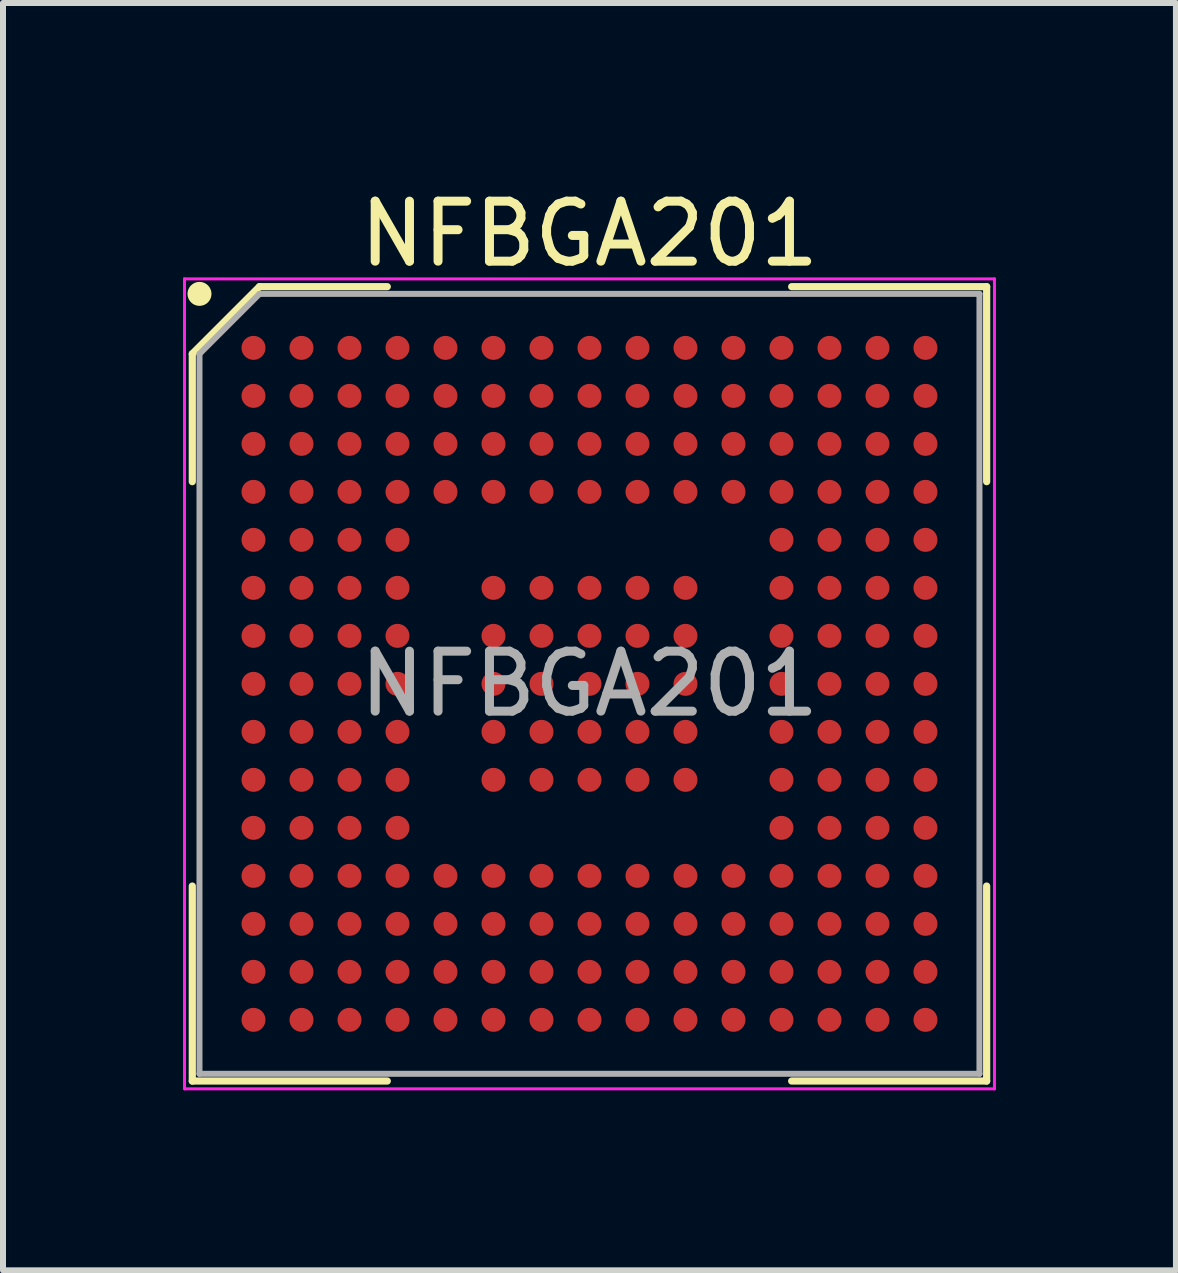
<source format=kicad_pcb>
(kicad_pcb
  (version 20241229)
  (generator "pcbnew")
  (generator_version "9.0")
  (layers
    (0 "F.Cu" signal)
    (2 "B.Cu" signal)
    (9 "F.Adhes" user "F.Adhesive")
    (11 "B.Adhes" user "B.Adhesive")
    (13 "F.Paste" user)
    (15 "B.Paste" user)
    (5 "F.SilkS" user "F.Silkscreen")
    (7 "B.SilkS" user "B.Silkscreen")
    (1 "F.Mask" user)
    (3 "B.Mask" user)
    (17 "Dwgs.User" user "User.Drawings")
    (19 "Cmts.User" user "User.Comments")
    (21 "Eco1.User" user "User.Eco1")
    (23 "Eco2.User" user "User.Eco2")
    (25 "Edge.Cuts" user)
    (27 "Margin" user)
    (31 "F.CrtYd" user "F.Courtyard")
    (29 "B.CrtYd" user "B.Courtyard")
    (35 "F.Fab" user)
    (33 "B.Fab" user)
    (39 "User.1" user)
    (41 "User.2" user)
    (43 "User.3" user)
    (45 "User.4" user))
  (footprint "NFBGA201"
    (layer "F.Cu")
    (at 6.775 8.348)
    (property "Reference" "NFBGA201" (at 0 -7.5 0) (layer "F.SilkS") (effects (font (size 1 1) (thickness 0.15))))
    (attr smd)
    (fp_line (start -6.62 -5.5) (end -6.62 -3.37) (stroke (width 0.12) (type default)) (layer "F.SilkS"))
    (fp_line (start -6.62 6.62) (end -6.62 3.37) (stroke (width 0.12) (type default)) (layer "F.SilkS"))
    (fp_line (start -5.5 -6.62) (end -6.62 -5.5) (stroke (width 0.12) (type default)) (layer "F.SilkS"))
    (fp_line (start -3.37 -6.62) (end -5.5 -6.62) (stroke (width 0.12) (type default)) (layer "F.SilkS"))
    (fp_line (start -3.37 6.62) (end -6.62 6.62) (stroke (width 0.12) (type default)) (layer "F.SilkS"))
    (fp_line (start 3.37 -6.62) (end 6.62 -6.62) (stroke (width 0.12) (type default)) (layer "F.SilkS"))
    (fp_line (start 3.37 6.62) (end 6.62 6.62) (stroke (width 0.12) (type default)) (layer "F.SilkS"))
    (fp_line (start 6.62 -6.62) (end 6.62 -3.37) (stroke (width 0.12) (type default)) (layer "F.SilkS"))
    (fp_line (start 6.62 6.62) (end 6.62 3.37) (stroke (width 0.12) (type default)) (layer "F.SilkS"))
    (fp_circle (center -6.5 -6.5) (end -6.5 -6.4) (stroke (width 0.2) (type default)) (fill no) (layer "F.SilkS"))
    (fp_line (start -6.75 -6.75) (end 6.75 -6.75) (stroke (width 0.05) (type default)) (layer "F.CrtYd"))
    (fp_line (start -6.75 6.75) (end -6.75 -6.75) (stroke (width 0.05) (type default)) (layer "F.CrtYd"))
    (fp_line (start 6.75 -6.75) (end 6.75 6.75) (stroke (width 0.05) (type default)) (layer "F.CrtYd"))
    (fp_line (start 6.75 6.75) (end -6.75 6.75) (stroke (width 0.05) (type default)) (layer "F.CrtYd"))
    (fp_line (start -6.5 -5.5) (end -6.5 6.5) (stroke (width 0.1) (type default)) (layer "F.Fab"))
    (fp_line (start -6.5 6.5) (end 6.5 6.5) (stroke (width 0.1) (type default)) (layer "F.Fab"))
    (fp_line (start -5.5 -6.5) (end -6.5 -5.5) (stroke (width 0.1) (type default)) (layer "F.Fab"))
    (fp_line (start 6.5 -6.5) (end -5.5 -6.5) (stroke (width 0.1) (type default)) (layer "F.Fab"))
    (fp_line (start 6.5 6.5) (end 6.5 -6.5) (stroke (width 0.1) (type default)) (layer "F.Fab"))
    (fp_text user "${REFERENCE}" (at 0 0 0) (layer "F.Fab") (effects (font (size 1 1) (thickness 0.15))))
    (pad "A1" smd circle (at -5.6 -5.6) (size 0.4 0.4) (layers "F.Cu" "F.Mask" "F.Paste"))
    (pad "A2" smd circle (at -4.8 -5.6) (size 0.4 0.4) (layers "F.Cu" "F.Mask" "F.Paste"))
    (pad "A3" smd circle (at -4 -5.6) (size 0.4 0.4) (layers "F.Cu" "F.Mask" "F.Paste"))
    (pad "A4" smd circle (at -3.2 -5.6) (size 0.4 0.4) (layers "F.Cu" "F.Mask" "F.Paste"))
    (pad "A5" smd circle (at -2.4 -5.6) (size 0.4 0.4) (layers "F.Cu" "F.Mask" "F.Paste"))
    (pad "A6" smd circle (at -1.6 -5.6) (size 0.4 0.4) (layers "F.Cu" "F.Mask" "F.Paste"))
    (pad "A7" smd circle (at -0.8 -5.6) (size 0.4 0.4) (layers "F.Cu" "F.Mask" "F.Paste"))
    (pad "A8" smd circle (at 0 -5.6) (size 0.4 0.4) (layers "F.Cu" "F.Mask" "F.Paste"))
    (pad "A9" smd circle (at 0.8 -5.6) (size 0.4 0.4) (layers "F.Cu" "F.Mask" "F.Paste"))
    (pad "A10" smd circle (at 1.6 -5.6) (size 0.4 0.4) (layers "F.Cu" "F.Mask" "F.Paste"))
    (pad "A11" smd circle (at 2.4 -5.6) (size 0.4 0.4) (layers "F.Cu" "F.Mask" "F.Paste"))
    (pad "A12" smd circle (at 3.2 -5.6) (size 0.4 0.4) (layers "F.Cu" "F.Mask" "F.Paste"))
    (pad "A13" smd circle (at 4 -5.6) (size 0.4 0.4) (layers "F.Cu" "F.Mask" "F.Paste"))
    (pad "A14" smd circle (at 4.8 -5.6) (size 0.4 0.4) (layers "F.Cu" "F.Mask" "F.Paste"))
    (pad "A15" smd circle (at 5.6 -5.6) (size 0.4 0.4) (layers "F.Cu" "F.Mask" "F.Paste"))
    (pad "B1" smd circle (at -5.6 -4.8) (size 0.4 0.4) (layers "F.Cu" "F.Mask" "F.Paste"))
    (pad "B2" smd circle (at -4.8 -4.8) (size 0.4 0.4) (layers "F.Cu" "F.Mask" "F.Paste"))
    (pad "B3" smd circle (at -4 -4.8) (size 0.4 0.4) (layers "F.Cu" "F.Mask" "F.Paste"))
    (pad "B4" smd circle (at -3.2 -4.8) (size 0.4 0.4) (layers "F.Cu" "F.Mask" "F.Paste"))
    (pad "B5" smd circle (at -2.4 -4.8) (size 0.4 0.4) (layers "F.Cu" "F.Mask" "F.Paste"))
    (pad "B6" smd circle (at -1.6 -4.8) (size 0.4 0.4) (layers "F.Cu" "F.Mask" "F.Paste"))
    (pad "B7" smd circle (at -0.8 -4.8) (size 0.4 0.4) (layers "F.Cu" "F.Mask" "F.Paste"))
    (pad "B8" smd circle (at 0 -4.8) (size 0.4 0.4) (layers "F.Cu" "F.Mask" "F.Paste"))
    (pad "B9" smd circle (at 0.8 -4.8) (size 0.4 0.4) (layers "F.Cu" "F.Mask" "F.Paste"))
    (pad "B10" smd circle (at 1.6 -4.8) (size 0.4 0.4) (layers "F.Cu" "F.Mask" "F.Paste"))
    (pad "B11" smd circle (at 2.4 -4.8) (size 0.4 0.4) (layers "F.Cu" "F.Mask" "F.Paste"))
    (pad "B12" smd circle (at 3.2 -4.8) (size 0.4 0.4) (layers "F.Cu" "F.Mask" "F.Paste"))
    (pad "B13" smd circle (at 4 -4.8) (size 0.4 0.4) (layers "F.Cu" "F.Mask" "F.Paste"))
    (pad "B14" smd circle (at 4.8 -4.8) (size 0.4 0.4) (layers "F.Cu" "F.Mask" "F.Paste"))
    (pad "B15" smd circle (at 5.6 -4.8) (size 0.4 0.4) (layers "F.Cu" "F.Mask" "F.Paste"))
    (pad "C1" smd circle (at -5.6 -4) (size 0.4 0.4) (layers "F.Cu" "F.Mask" "F.Paste"))
    (pad "C2" smd circle (at -4.8 -4) (size 0.4 0.4) (layers "F.Cu" "F.Mask" "F.Paste"))
    (pad "C3" smd circle (at -4 -4) (size 0.4 0.4) (layers "F.Cu" "F.Mask" "F.Paste"))
    (pad "C4" smd circle (at -3.2 -4) (size 0.4 0.4) (layers "F.Cu" "F.Mask" "F.Paste"))
    (pad "C5" smd circle (at -2.4 -4) (size 0.4 0.4) (layers "F.Cu" "F.Mask" "F.Paste"))
    (pad "C6" smd circle (at -1.6 -4) (size 0.4 0.4) (layers "F.Cu" "F.Mask" "F.Paste"))
    (pad "C7" smd circle (at -0.8 -4) (size 0.4 0.4) (layers "F.Cu" "F.Mask" "F.Paste"))
    (pad "C8" smd circle (at 0 -4) (size 0.4 0.4) (layers "F.Cu" "F.Mask" "F.Paste"))
    (pad "C9" smd circle (at 0.8 -4) (size 0.4 0.4) (layers "F.Cu" "F.Mask" "F.Paste"))
    (pad "C10" smd circle (at 1.6 -4) (size 0.4 0.4) (layers "F.Cu" "F.Mask" "F.Paste"))
    (pad "C11" smd circle (at 2.4 -4) (size 0.4 0.4) (layers "F.Cu" "F.Mask" "F.Paste"))
    (pad "C12" smd circle (at 3.2 -4) (size 0.4 0.4) (layers "F.Cu" "F.Mask" "F.Paste"))
    (pad "C13" smd circle (at 4 -4) (size 0.4 0.4) (layers "F.Cu" "F.Mask" "F.Paste"))
    (pad "C14" smd circle (at 4.8 -4) (size 0.4 0.4) (layers "F.Cu" "F.Mask" "F.Paste"))
    (pad "C15" smd circle (at 5.6 -4) (size 0.4 0.4) (layers "F.Cu" "F.Mask" "F.Paste"))
    (pad "D1" smd circle (at -5.6 -3.2) (size 0.4 0.4) (layers "F.Cu" "F.Mask" "F.Paste"))
    (pad "D2" smd circle (at -4.8 -3.2) (size 0.4 0.4) (layers "F.Cu" "F.Mask" "F.Paste"))
    (pad "D3" smd circle (at -4 -3.2) (size 0.4 0.4) (layers "F.Cu" "F.Mask" "F.Paste"))
    (pad "D4" smd circle (at -3.2 -3.2) (size 0.4 0.4) (layers "F.Cu" "F.Mask" "F.Paste"))
    (pad "D5" smd circle (at -2.4 -3.2) (size 0.4 0.4) (layers "F.Cu" "F.Mask" "F.Paste"))
    (pad "D6" smd circle (at -1.6 -3.2) (size 0.4 0.4) (layers "F.Cu" "F.Mask" "F.Paste"))
    (pad "D7" smd circle (at -0.8 -3.2) (size 0.4 0.4) (layers "F.Cu" "F.Mask" "F.Paste"))
    (pad "D8" smd circle (at 0 -3.2) (size 0.4 0.4) (layers "F.Cu" "F.Mask" "F.Paste"))
    (pad "D9" smd circle (at 0.8 -3.2) (size 0.4 0.4) (layers "F.Cu" "F.Mask" "F.Paste"))
    (pad "D10" smd circle (at 1.6 -3.2) (size 0.4 0.4) (layers "F.Cu" "F.Mask" "F.Paste"))
    (pad "D11" smd circle (at 2.4 -3.2) (size 0.4 0.4) (layers "F.Cu" "F.Mask" "F.Paste"))
    (pad "D12" smd circle (at 3.2 -3.2) (size 0.4 0.4) (layers "F.Cu" "F.Mask" "F.Paste"))
    (pad "D13" smd circle (at 4 -3.2) (size 0.4 0.4) (layers "F.Cu" "F.Mask" "F.Paste"))
    (pad "D14" smd circle (at 4.8 -3.2) (size 0.4 0.4) (layers "F.Cu" "F.Mask" "F.Paste"))
    (pad "D15" smd circle (at 5.6 -3.2) (size 0.4 0.4) (layers "F.Cu" "F.Mask" "F.Paste"))
    (pad "E1" smd circle (at -5.6 -2.4) (size 0.4 0.4) (layers "F.Cu" "F.Mask" "F.Paste"))
    (pad "E2" smd circle (at -4.8 -2.4) (size 0.4 0.4) (layers "F.Cu" "F.Mask" "F.Paste"))
    (pad "E3" smd circle (at -4 -2.4) (size 0.4 0.4) (layers "F.Cu" "F.Mask" "F.Paste"))
    (pad "E4" smd circle (at -3.2 -2.4) (size 0.4 0.4) (layers "F.Cu" "F.Mask" "F.Paste"))
    (pad "E12" smd circle (at 3.2 -2.4) (size 0.4 0.4) (layers "F.Cu" "F.Mask" "F.Paste"))
    (pad "E13" smd circle (at 4 -2.4) (size 0.4 0.4) (layers "F.Cu" "F.Mask" "F.Paste"))
    (pad "E14" smd circle (at 4.8 -2.4) (size 0.4 0.4) (layers "F.Cu" "F.Mask" "F.Paste"))
    (pad "E15" smd circle (at 5.6 -2.4) (size 0.4 0.4) (layers "F.Cu" "F.Mask" "F.Paste"))
    (pad "F1" smd circle (at -5.6 -1.6) (size 0.4 0.4) (layers "F.Cu" "F.Mask" "F.Paste"))
    (pad "F2" smd circle (at -4.8 -1.6) (size 0.4 0.4) (layers "F.Cu" "F.Mask" "F.Paste"))
    (pad "F3" smd circle (at -4 -1.6) (size 0.4 0.4) (layers "F.Cu" "F.Mask" "F.Paste"))
    (pad "F4" smd circle (at -3.2 -1.6) (size 0.4 0.4) (layers "F.Cu" "F.Mask" "F.Paste"))
    (pad "F6" smd circle (at -1.6 -1.6) (size 0.4 0.4) (layers "F.Cu" "F.Mask" "F.Paste"))
    (pad "F7" smd circle (at -0.8 -1.6) (size 0.4 0.4) (layers "F.Cu" "F.Mask" "F.Paste"))
    (pad "F8" smd circle (at 0 -1.6) (size 0.4 0.4) (layers "F.Cu" "F.Mask" "F.Paste"))
    (pad "F9" smd circle (at 0.8 -1.6) (size 0.4 0.4) (layers "F.Cu" "F.Mask" "F.Paste"))
    (pad "F10" smd circle (at 1.6 -1.6) (size 0.4 0.4) (layers "F.Cu" "F.Mask" "F.Paste"))
    (pad "F12" smd circle (at 3.2 -1.6) (size 0.4 0.4) (layers "F.Cu" "F.Mask" "F.Paste"))
    (pad "F13" smd circle (at 4 -1.6) (size 0.4 0.4) (layers "F.Cu" "F.Mask" "F.Paste"))
    (pad "F14" smd circle (at 4.8 -1.6) (size 0.4 0.4) (layers "F.Cu" "F.Mask" "F.Paste"))
    (pad "F15" smd circle (at 5.6 -1.6) (size 0.4 0.4) (layers "F.Cu" "F.Mask" "F.Paste"))
    (pad "G1" smd circle (at -5.6 -0.8) (size 0.4 0.4) (layers "F.Cu" "F.Mask" "F.Paste"))
    (pad "G2" smd circle (at -4.8 -0.8) (size 0.4 0.4) (layers "F.Cu" "F.Mask" "F.Paste"))
    (pad "G3" smd circle (at -4 -0.8) (size 0.4 0.4) (layers "F.Cu" "F.Mask" "F.Paste"))
    (pad "G4" smd circle (at -3.2 -0.8) (size 0.4 0.4) (layers "F.Cu" "F.Mask" "F.Paste"))
    (pad "G6" smd circle (at -1.6 -0.8) (size 0.4 0.4) (layers "F.Cu" "F.Mask" "F.Paste"))
    (pad "G7" smd circle (at -0.8 -0.8) (size 0.4 0.4) (layers "F.Cu" "F.Mask" "F.Paste"))
    (pad "G8" smd circle (at 0 -0.8) (size 0.4 0.4) (layers "F.Cu" "F.Mask" "F.Paste"))
    (pad "G9" smd circle (at 0.8 -0.8) (size 0.4 0.4) (layers "F.Cu" "F.Mask" "F.Paste"))
    (pad "G10" smd circle (at 1.6 -0.8) (size 0.4 0.4) (layers "F.Cu" "F.Mask" "F.Paste"))
    (pad "G12" smd circle (at 3.2 -0.8) (size 0.4 0.4) (layers "F.Cu" "F.Mask" "F.Paste"))
    (pad "G13" smd circle (at 4 -0.8) (size 0.4 0.4) (layers "F.Cu" "F.Mask" "F.Paste"))
    (pad "G14" smd circle (at 4.8 -0.8) (size 0.4 0.4) (layers "F.Cu" "F.Mask" "F.Paste"))
    (pad "G15" smd circle (at 5.6 -0.8) (size 0.4 0.4) (layers "F.Cu" "F.Mask" "F.Paste"))
    (pad "H1" smd circle (at -5.6 0) (size 0.4 0.4) (layers "F.Cu" "F.Mask" "F.Paste"))
    (pad "H2" smd circle (at -4.8 0) (size 0.4 0.4) (layers "F.Cu" "F.Mask" "F.Paste"))
    (pad "H3" smd circle (at -4 0) (size 0.4 0.4) (layers "F.Cu" "F.Mask" "F.Paste"))
    (pad "H4" smd circle (at -3.2 0) (size 0.4 0.4) (layers "F.Cu" "F.Mask" "F.Paste"))
    (pad "H6" smd circle (at -1.6 0) (size 0.4 0.4) (layers "F.Cu" "F.Mask" "F.Paste"))
    (pad "H7" smd circle (at -0.8 0) (size 0.4 0.4) (layers "F.Cu" "F.Mask" "F.Paste"))
    (pad "H8" smd circle (at 0 0) (size 0.4 0.4) (layers "F.Cu" "F.Mask" "F.Paste"))
    (pad "H9" smd circle (at 0.8 0) (size 0.4 0.4) (layers "F.Cu" "F.Mask" "F.Paste"))
    (pad "H10" smd circle (at 1.6 0) (size 0.4 0.4) (layers "F.Cu" "F.Mask" "F.Paste"))
    (pad "H12" smd circle (at 3.2 0) (size 0.4 0.4) (layers "F.Cu" "F.Mask" "F.Paste"))
    (pad "H13" smd circle (at 4 0) (size 0.4 0.4) (layers "F.Cu" "F.Mask" "F.Paste"))
    (pad "H14" smd circle (at 4.8 0) (size 0.4 0.4) (layers "F.Cu" "F.Mask" "F.Paste"))
    (pad "H15" smd circle (at 5.6 0) (size 0.4 0.4) (layers "F.Cu" "F.Mask" "F.Paste"))
    (pad "J1" smd circle (at -5.6 0.8) (size 0.4 0.4) (layers "F.Cu" "F.Mask" "F.Paste"))
    (pad "J2" smd circle (at -4.8 0.8) (size 0.4 0.4) (layers "F.Cu" "F.Mask" "F.Paste"))
    (pad "J3" smd circle (at -4 0.8) (size 0.4 0.4) (layers "F.Cu" "F.Mask" "F.Paste"))
    (pad "J4" smd circle (at -3.2 0.8) (size 0.4 0.4) (layers "F.Cu" "F.Mask" "F.Paste"))
    (pad "J6" smd circle (at -1.6 0.8) (size 0.4 0.4) (layers "F.Cu" "F.Mask" "F.Paste"))
    (pad "J7" smd circle (at -0.8 0.8) (size 0.4 0.4) (layers "F.Cu" "F.Mask" "F.Paste"))
    (pad "J8" smd circle (at 0 0.8) (size 0.4 0.4) (layers "F.Cu" "F.Mask" "F.Paste"))
    (pad "J9" smd circle (at 0.8 0.8) (size 0.4 0.4) (layers "F.Cu" "F.Mask" "F.Paste"))
    (pad "J10" smd circle (at 1.6 0.8) (size 0.4 0.4) (layers "F.Cu" "F.Mask" "F.Paste"))
    (pad "J12" smd circle (at 3.2 0.8) (size 0.4 0.4) (layers "F.Cu" "F.Mask" "F.Paste"))
    (pad "J13" smd circle (at 4 0.8) (size 0.4 0.4) (layers "F.Cu" "F.Mask" "F.Paste"))
    (pad "J14" smd circle (at 4.8 0.8) (size 0.4 0.4) (layers "F.Cu" "F.Mask" "F.Paste"))
    (pad "J15" smd circle (at 5.6 0.8) (size 0.4 0.4) (layers "F.Cu" "F.Mask" "F.Paste"))
    (pad "K1" smd circle (at -5.6 1.6) (size 0.4 0.4) (layers "F.Cu" "F.Mask" "F.Paste"))
    (pad "K2" smd circle (at -4.8 1.6) (size 0.4 0.4) (layers "F.Cu" "F.Mask" "F.Paste"))
    (pad "K3" smd circle (at -4 1.6) (size 0.4 0.4) (layers "F.Cu" "F.Mask" "F.Paste"))
    (pad "K4" smd circle (at -3.2 1.6) (size 0.4 0.4) (layers "F.Cu" "F.Mask" "F.Paste"))
    (pad "K6" smd circle (at -1.6 1.6) (size 0.4 0.4) (layers "F.Cu" "F.Mask" "F.Paste"))
    (pad "K7" smd circle (at -0.8 1.6) (size 0.4 0.4) (layers "F.Cu" "F.Mask" "F.Paste"))
    (pad "K8" smd circle (at 0 1.6) (size 0.4 0.4) (layers "F.Cu" "F.Mask" "F.Paste"))
    (pad "K9" smd circle (at 0.8 1.6) (size 0.4 0.4) (layers "F.Cu" "F.Mask" "F.Paste"))
    (pad "K10" smd circle (at 1.6 1.6) (size 0.4 0.4) (layers "F.Cu" "F.Mask" "F.Paste"))
    (pad "K12" smd circle (at 3.2 1.6) (size 0.4 0.4) (layers "F.Cu" "F.Mask" "F.Paste"))
    (pad "K13" smd circle (at 4 1.6) (size 0.4 0.4) (layers "F.Cu" "F.Mask" "F.Paste"))
    (pad "K14" smd circle (at 4.8 1.6) (size 0.4 0.4) (layers "F.Cu" "F.Mask" "F.Paste"))
    (pad "K15" smd circle (at 5.6 1.6) (size 0.4 0.4) (layers "F.Cu" "F.Mask" "F.Paste"))
    (pad "L1" smd circle (at -5.6 2.4) (size 0.4 0.4) (layers "F.Cu" "F.Mask" "F.Paste"))
    (pad "L2" smd circle (at -4.8 2.4) (size 0.4 0.4) (layers "F.Cu" "F.Mask" "F.Paste"))
    (pad "L3" smd circle (at -4 2.4) (size 0.4 0.4) (layers "F.Cu" "F.Mask" "F.Paste"))
    (pad "L4" smd circle (at -3.2 2.4) (size 0.4 0.4) (layers "F.Cu" "F.Mask" "F.Paste"))
    (pad "L12" smd circle (at 3.2 2.4) (size 0.4 0.4) (layers "F.Cu" "F.Mask" "F.Paste"))
    (pad "L13" smd circle (at 4 2.4) (size 0.4 0.4) (layers "F.Cu" "F.Mask" "F.Paste"))
    (pad "L14" smd circle (at 4.8 2.4) (size 0.4 0.4) (layers "F.Cu" "F.Mask" "F.Paste"))
    (pad "L15" smd circle (at 5.6 2.4) (size 0.4 0.4) (layers "F.Cu" "F.Mask" "F.Paste"))
    (pad "M1" smd circle (at -5.6 3.2) (size 0.4 0.4) (layers "F.Cu" "F.Mask" "F.Paste"))
    (pad "M2" smd circle (at -4.8 3.2) (size 0.4 0.4) (layers "F.Cu" "F.Mask" "F.Paste"))
    (pad "M3" smd circle (at -4 3.2) (size 0.4 0.4) (layers "F.Cu" "F.Mask" "F.Paste"))
    (pad "M4" smd circle (at -3.2 3.2) (size 0.4 0.4) (layers "F.Cu" "F.Mask" "F.Paste"))
    (pad "M5" smd circle (at -2.4 3.2) (size 0.4 0.4) (layers "F.Cu" "F.Mask" "F.Paste"))
    (pad "M6" smd circle (at -1.6 3.2) (size 0.4 0.4) (layers "F.Cu" "F.Mask" "F.Paste"))
    (pad "M7" smd circle (at -0.8 3.2) (size 0.4 0.4) (layers "F.Cu" "F.Mask" "F.Paste"))
    (pad "M8" smd circle (at 0 3.2) (size 0.4 0.4) (layers "F.Cu" "F.Mask" "F.Paste"))
    (pad "M9" smd circle (at 0.8 3.2) (size 0.4 0.4) (layers "F.Cu" "F.Mask" "F.Paste"))
    (pad "M10" smd circle (at 1.6 3.2) (size 0.4 0.4) (layers "F.Cu" "F.Mask" "F.Paste"))
    (pad "M11" smd circle (at 2.4 3.2) (size 0.4 0.4) (layers "F.Cu" "F.Mask" "F.Paste"))
    (pad "M12" smd circle (at 3.2 3.2) (size 0.4 0.4) (layers "F.Cu" "F.Mask" "F.Paste"))
    (pad "M13" smd circle (at 4 3.2) (size 0.4 0.4) (layers "F.Cu" "F.Mask" "F.Paste"))
    (pad "M14" smd circle (at 4.8 3.2) (size 0.4 0.4) (layers "F.Cu" "F.Mask" "F.Paste"))
    (pad "M15" smd circle (at 5.6 3.2) (size 0.4 0.4) (layers "F.Cu" "F.Mask" "F.Paste"))
    (pad "N1" smd circle (at -5.6 4) (size 0.4 0.4) (layers "F.Cu" "F.Mask" "F.Paste"))
    (pad "N2" smd circle (at -4.8 4) (size 0.4 0.4) (layers "F.Cu" "F.Mask" "F.Paste"))
    (pad "N3" smd circle (at -4 4) (size 0.4 0.4) (layers "F.Cu" "F.Mask" "F.Paste"))
    (pad "N4" smd circle (at -3.2 4) (size 0.4 0.4) (layers "F.Cu" "F.Mask" "F.Paste"))
    (pad "N5" smd circle (at -2.4 4) (size 0.4 0.4) (layers "F.Cu" "F.Mask" "F.Paste"))
    (pad "N6" smd circle (at -1.6 4) (size 0.4 0.4) (layers "F.Cu" "F.Mask" "F.Paste"))
    (pad "N7" smd circle (at -0.8 4) (size 0.4 0.4) (layers "F.Cu" "F.Mask" "F.Paste"))
    (pad "N8" smd circle (at 0 4) (size 0.4 0.4) (layers "F.Cu" "F.Mask" "F.Paste"))
    (pad "N9" smd circle (at 0.8 4) (size 0.4 0.4) (layers "F.Cu" "F.Mask" "F.Paste"))
    (pad "N10" smd circle (at 1.6 4) (size 0.4 0.4) (layers "F.Cu" "F.Mask" "F.Paste"))
    (pad "N11" smd circle (at 2.4 4) (size 0.4 0.4) (layers "F.Cu" "F.Mask" "F.Paste"))
    (pad "N12" smd circle (at 3.2 4) (size 0.4 0.4) (layers "F.Cu" "F.Mask" "F.Paste"))
    (pad "N13" smd circle (at 4 4) (size 0.4 0.4) (layers "F.Cu" "F.Mask" "F.Paste"))
    (pad "N14" smd circle (at 4.8 4) (size 0.4 0.4) (layers "F.Cu" "F.Mask" "F.Paste"))
    (pad "N15" smd circle (at 5.6 4) (size 0.4 0.4) (layers "F.Cu" "F.Mask" "F.Paste"))
    (pad "P1" smd circle (at -5.6 4.8) (size 0.4 0.4) (layers "F.Cu" "F.Mask" "F.Paste"))
    (pad "P2" smd circle (at -4.8 4.8) (size 0.4 0.4) (layers "F.Cu" "F.Mask" "F.Paste"))
    (pad "P3" smd circle (at -4 4.8) (size 0.4 0.4) (layers "F.Cu" "F.Mask" "F.Paste"))
    (pad "P4" smd circle (at -3.2 4.8) (size 0.4 0.4) (layers "F.Cu" "F.Mask" "F.Paste"))
    (pad "P5" smd circle (at -2.4 4.8) (size 0.4 0.4) (layers "F.Cu" "F.Mask" "F.Paste"))
    (pad "P6" smd circle (at -1.6 4.8) (size 0.4 0.4) (layers "F.Cu" "F.Mask" "F.Paste"))
    (pad "P7" smd circle (at -0.8 4.8) (size 0.4 0.4) (layers "F.Cu" "F.Mask" "F.Paste"))
    (pad "P8" smd circle (at 0 4.8) (size 0.4 0.4) (layers "F.Cu" "F.Mask" "F.Paste"))
    (pad "P9" smd circle (at 0.8 4.8) (size 0.4 0.4) (layers "F.Cu" "F.Mask" "F.Paste"))
    (pad "P10" smd circle (at 1.6 4.8) (size 0.4 0.4) (layers "F.Cu" "F.Mask" "F.Paste"))
    (pad "P11" smd circle (at 2.4 4.8) (size 0.4 0.4) (layers "F.Cu" "F.Mask" "F.Paste"))
    (pad "P12" smd circle (at 3.2 4.8) (size 0.4 0.4) (layers "F.Cu" "F.Mask" "F.Paste"))
    (pad "P13" smd circle (at 4 4.8) (size 0.4 0.4) (layers "F.Cu" "F.Mask" "F.Paste"))
    (pad "P14" smd circle (at 4.8 4.8) (size 0.4 0.4) (layers "F.Cu" "F.Mask" "F.Paste"))
    (pad "P15" smd circle (at 5.6 4.8) (size 0.4 0.4) (layers "F.Cu" "F.Mask" "F.Paste"))
    (pad "R1" smd circle (at -5.6 5.6) (size 0.4 0.4) (layers "F.Cu" "F.Mask" "F.Paste"))
    (pad "R2" smd circle (at -4.8 5.6) (size 0.4 0.4) (layers "F.Cu" "F.Mask" "F.Paste"))
    (pad "R3" smd circle (at -4 5.6) (size 0.4 0.4) (layers "F.Cu" "F.Mask" "F.Paste"))
    (pad "R4" smd circle (at -3.2 5.6) (size 0.4 0.4) (layers "F.Cu" "F.Mask" "F.Paste"))
    (pad "R5" smd circle (at -2.4 5.6) (size 0.4 0.4) (layers "F.Cu" "F.Mask" "F.Paste"))
    (pad "R6" smd circle (at -1.6 5.6) (size 0.4 0.4) (layers "F.Cu" "F.Mask" "F.Paste"))
    (pad "R7" smd circle (at -0.8 5.6) (size 0.4 0.4) (layers "F.Cu" "F.Mask" "F.Paste"))
    (pad "R8" smd circle (at 0 5.6) (size 0.4 0.4) (layers "F.Cu" "F.Mask" "F.Paste"))
    (pad "R9" smd circle (at 0.8 5.6) (size 0.4 0.4) (layers "F.Cu" "F.Mask" "F.Paste"))
    (pad "R10" smd circle (at 1.6 5.6) (size 0.4 0.4) (layers "F.Cu" "F.Mask" "F.Paste"))
    (pad "R11" smd circle (at 2.4 5.6) (size 0.4 0.4) (layers "F.Cu" "F.Mask" "F.Paste"))
    (pad "R12" smd circle (at 3.2 5.6) (size 0.4 0.4) (layers "F.Cu" "F.Mask" "F.Paste"))
    (pad "R13" smd circle (at 4 5.6) (size 0.4 0.4) (layers "F.Cu" "F.Mask" "F.Paste"))
    (pad "R14" smd circle (at 4.8 5.6) (size 0.4 0.4) (layers "F.Cu" "F.Mask" "F.Paste"))
    (pad "R15" smd circle (at 5.6 5.6) (size 0.4 0.4) (layers "F.Cu" "F.Mask" "F.Paste")))
  (gr_rect
    (start -3 -3)
    (end 16.55 18.123)
    (stroke (width 0.1) (type default))
    (fill no)
    (layer "Edge.Cuts")))
</source>
